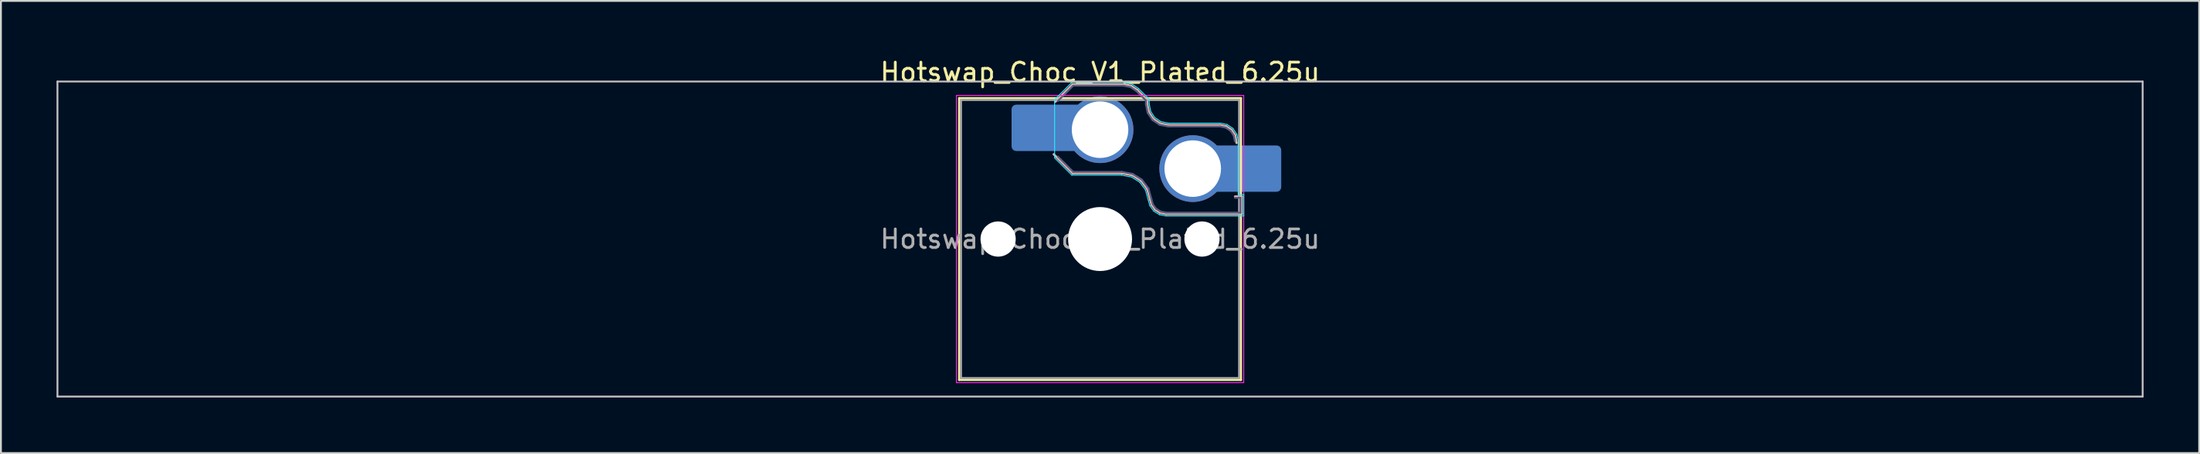
<source format=kicad_pcb>
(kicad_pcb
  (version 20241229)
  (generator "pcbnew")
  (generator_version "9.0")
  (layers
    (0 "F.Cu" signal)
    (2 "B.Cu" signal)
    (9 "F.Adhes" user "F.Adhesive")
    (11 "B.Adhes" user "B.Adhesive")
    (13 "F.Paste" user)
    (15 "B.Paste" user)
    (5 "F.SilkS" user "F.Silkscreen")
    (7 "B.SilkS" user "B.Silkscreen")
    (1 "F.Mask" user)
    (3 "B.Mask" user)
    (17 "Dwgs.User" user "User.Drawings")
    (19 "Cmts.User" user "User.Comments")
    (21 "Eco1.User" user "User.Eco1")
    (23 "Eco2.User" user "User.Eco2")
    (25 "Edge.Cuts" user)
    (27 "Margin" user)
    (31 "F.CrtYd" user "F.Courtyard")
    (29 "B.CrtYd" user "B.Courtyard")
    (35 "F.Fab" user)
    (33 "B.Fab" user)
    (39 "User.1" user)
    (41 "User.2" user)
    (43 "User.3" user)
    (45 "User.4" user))
  (footprint "Hotswap_Choc_V1_Plated_6.25u"
    (layer "F.Cu")
    (at 56.3 9.848)
    (property "Reference" "Hotswap_Choc_V1_Plated_6.25u" (at 0 -9 0) (layer "F.SilkS") (effects (font (size 1 1) (thickness 0.15))))
    (attr smd allow_soldermask_bridges)
    (fp_line (start -7.6 -7.6) (end -7.6 7.6) (stroke (width 0.12) (type solid)) (layer "F.SilkS"))
    (fp_line (start -7.6 7.6) (end 7.6 7.6) (stroke (width 0.12) (type solid)) (layer "F.SilkS"))
    (fp_line (start 7.6 -7.6) (end -7.6 -7.6) (stroke (width 0.12) (type solid)) (layer "F.SilkS"))
    (fp_line (start 7.6 7.6) (end 7.6 -7.6) (stroke (width 0.12) (type solid)) (layer "F.SilkS"))
    (fp_line (start -2.416 -7.409) (end -1.479 -8.346) (stroke (width 0.12) (type solid)) (layer "B.SilkS"))
    (fp_line (start -1.479 -8.346) (end 1.268 -8.346) (stroke (width 0.12) (type solid)) (layer "B.SilkS"))
    (fp_line (start -1.479 -3.554) (end -2.5 -4.575) (stroke (width 0.12) (type solid)) (layer "B.SilkS"))
    (fp_line (start 1.168 -3.554) (end -1.479 -3.554) (stroke (width 0.12) (type solid)) (layer "B.SilkS"))
    (fp_line (start 1.268 -8.346) (end 1.671 -8.266) (stroke (width 0.12) (type solid)) (layer "B.SilkS"))
    (fp_line (start 1.671 -8.266) (end 2.013 -8.037) (stroke (width 0.12) (type solid)) (layer "B.SilkS"))
    (fp_line (start 1.73 -3.449) (end 1.168 -3.554) (stroke (width 0.12) (type solid)) (layer "B.SilkS"))
    (fp_line (start 2.013 -8.037) (end 2.546 -7.504) (stroke (width 0.12) (type solid)) (layer "B.SilkS"))
    (fp_line (start 2.209 -3.15) (end 1.73 -3.449) (stroke (width 0.12) (type solid)) (layer "B.SilkS"))
    (fp_line (start 2.546 -7.504) (end 2.546 -7.282) (stroke (width 0.12) (type solid)) (layer "B.SilkS"))
    (fp_line (start 2.546 -7.282) (end 2.633 -6.844) (stroke (width 0.12) (type solid)) (layer "B.SilkS"))
    (fp_line (start 2.547 -2.697) (end 2.209 -3.15) (stroke (width 0.12) (type solid)) (layer "B.SilkS"))
    (fp_line (start 2.633 -6.844) (end 2.877 -6.477) (stroke (width 0.12) (type solid)) (layer "B.SilkS"))
    (fp_line (start 2.701 -2.139) (end 2.547 -2.697) (stroke (width 0.12) (type solid)) (layer "B.SilkS"))
    (fp_line (start 2.783 -1.841) (end 2.701 -2.139) (stroke (width 0.12) (type solid)) (layer "B.SilkS"))
    (fp_line (start 2.877 -6.477) (end 3.244 -6.233) (stroke (width 0.12) (type solid)) (layer "B.SilkS"))
    (fp_line (start 2.976 -1.583) (end 2.783 -1.841) (stroke (width 0.12) (type solid)) (layer "B.SilkS"))
    (fp_line (start 3.244 -6.233) (end 3.682 -6.146) (stroke (width 0.12) (type solid)) (layer "B.SilkS"))
    (fp_line (start 3.25 -1.413) (end 2.976 -1.583) (stroke (width 0.12) (type solid)) (layer "B.SilkS"))
    (fp_line (start 3.56 -1.354) (end 3.25 -1.413) (stroke (width 0.12) (type solid)) (layer "B.SilkS"))
    (fp_line (start 3.682 -6.146) (end 6.482 -6.146) (stroke (width 0.12) (type solid)) (layer "B.SilkS"))
    (fp_line (start 6.482 -6.146) (end 6.809 -6.081) (stroke (width 0.12) (type solid)) (layer "B.SilkS"))
    (fp_line (start 6.809 -6.081) (end 7.092 -5.892) (stroke (width 0.12) (type solid)) (layer "B.SilkS"))
    (fp_line (start 7.092 -5.892) (end 7.281 -5.609) (stroke (width 0.12) (type solid)) (layer "B.SilkS"))
    (fp_line (start 7.281 -5.609) (end 7.366 -5.182) (stroke (width 0.12) (type solid)) (layer "B.SilkS"))
    (fp_line (start 7.283 -2.296) (end 7.646 -2.296) (stroke (width 0.12) (type solid)) (layer "B.SilkS"))
    (fp_line (start 7.646 -2.296) (end 7.646 -1.354) (stroke (width 0.12) (type solid)) (layer "B.SilkS"))
    (fp_line (start 7.646 -1.354) (end 3.56 -1.354) (stroke (width 0.12) (type solid)) (layer "B.SilkS"))
    (fp_line (start -56.25 -8.5) (end -56.25 8.5) (stroke (width 0.1) (type solid)) (layer "Dwgs.User"))
    (fp_line (start -56.25 8.5) (end 56.25 8.5) (stroke (width 0.1) (type solid)) (layer "Dwgs.User"))
    (fp_line (start 56.25 -8.5) (end -56.25 -8.5) (stroke (width 0.1) (type solid)) (layer "Dwgs.User"))
    (fp_line (start 56.25 8.5) (end 56.25 -8.5) (stroke (width 0.1) (type solid)) (layer "Dwgs.User"))
    (fp_line (start -7.25 -7.25) (end -7.25 7.25) (stroke (width 0.1) (type solid)) (layer "Eco1.User"))
    (fp_line (start -7.25 7.25) (end 7.25 7.25) (stroke (width 0.1) (type solid)) (layer "Eco1.User"))
    (fp_line (start 7.25 -7.25) (end -7.25 -7.25) (stroke (width 0.1) (type solid)) (layer "Eco1.User"))
    (fp_line (start 7.25 7.25) (end 7.25 -7.25) (stroke (width 0.1) (type solid)) (layer "Eco1.User"))
    (fp_line (start -2.452 -7.523) (end -1.523 -8.452) (stroke (width 0.05) (type solid)) (layer "B.CrtYd"))
    (fp_line (start -2.452 -4.377) (end -2.452 -7.523) (stroke (width 0.05) (type solid)) (layer "B.CrtYd"))
    (fp_line (start -1.523 -8.452) (end 1.278 -8.452) (stroke (width 0.05) (type solid)) (layer "B.CrtYd"))
    (fp_line (start -1.523 -3.448) (end -2.452 -4.377) (stroke (width 0.05) (type solid)) (layer "B.CrtYd"))
    (fp_line (start 1.159 -3.448) (end -1.523 -3.448) (stroke (width 0.05) (type solid)) (layer "B.CrtYd"))
    (fp_line (start 1.278 -8.452) (end 1.712 -8.366) (stroke (width 0.05) (type solid)) (layer "B.CrtYd"))
    (fp_line (start 1.691 -3.348) (end 1.159 -3.448) (stroke (width 0.05) (type solid)) (layer "B.CrtYd"))
    (fp_line (start 1.712 -8.366) (end 2.081 -8.119) (stroke (width 0.05) (type solid)) (layer "B.CrtYd"))
    (fp_line (start 2.081 -8.119) (end 2.652 -7.548) (stroke (width 0.05) (type solid)) (layer "B.CrtYd"))
    (fp_line (start 2.136 -3.071) (end 1.691 -3.348) (stroke (width 0.05) (type solid)) (layer "B.CrtYd"))
    (fp_line (start 2.45 -2.65) (end 2.136 -3.071) (stroke (width 0.05) (type solid)) (layer "B.CrtYd"))
    (fp_line (start 2.599 -2.111) (end 2.45 -2.65) (stroke (width 0.05) (type solid)) (layer "B.CrtYd"))
    (fp_line (start 2.652 -7.548) (end 2.652 -7.292) (stroke (width 0.05) (type solid)) (layer "B.CrtYd"))
    (fp_line (start 2.652 -7.292) (end 2.733 -6.885) (stroke (width 0.05) (type solid)) (layer "B.CrtYd"))
    (fp_line (start 2.687 -1.794) (end 2.599 -2.111) (stroke (width 0.05) (type solid)) (layer "B.CrtYd"))
    (fp_line (start 2.733 -6.885) (end 2.953 -6.553) (stroke (width 0.05) (type solid)) (layer "B.CrtYd"))
    (fp_line (start 2.903 -1.503) (end 2.687 -1.794) (stroke (width 0.05) (type solid)) (layer "B.CrtYd"))
    (fp_line (start 2.953 -6.553) (end 3.285 -6.333) (stroke (width 0.05) (type solid)) (layer "B.CrtYd"))
    (fp_line (start 3.211 -1.312) (end 2.903 -1.503) (stroke (width 0.05) (type solid)) (layer "B.CrtYd"))
    (fp_line (start 3.285 -6.333) (end 3.692 -6.252) (stroke (width 0.05) (type solid)) (layer "B.CrtYd"))
    (fp_line (start 3.55 -1.248) (end 3.211 -1.312) (stroke (width 0.05) (type solid)) (layer "B.CrtYd"))
    (fp_line (start 3.692 -6.252) (end 6.492 -6.252) (stroke (width 0.05) (type solid)) (layer "B.CrtYd"))
    (fp_line (start 6.492 -6.252) (end 6.85 -6.181) (stroke (width 0.05) (type solid)) (layer "B.CrtYd"))
    (fp_line (start 6.85 -6.181) (end 7.168 -5.968) (stroke (width 0.05) (type solid)) (layer "B.CrtYd"))
    (fp_line (start 7.168 -5.968) (end 7.381 -5.65) (stroke (width 0.05) (type solid)) (layer "B.CrtYd"))
    (fp_line (start 7.381 -5.65) (end 7.452 -5.292) (stroke (width 0.05) (type solid)) (layer "B.CrtYd"))
    (fp_line (start 7.452 -5.292) (end 7.452 -2.402) (stroke (width 0.05) (type solid)) (layer "B.CrtYd"))
    (fp_line (start 7.452 -2.402) (end 7.752 -2.402) (stroke (width 0.05) (type solid)) (layer "B.CrtYd"))
    (fp_line (start 7.752 -2.402) (end 7.752 -1.248) (stroke (width 0.05) (type solid)) (layer "B.CrtYd"))
    (fp_line (start 7.752 -1.248) (end 3.55 -1.248) (stroke (width 0.05) (type solid)) (layer "B.CrtYd"))
    (fp_line (start -7.75 -7.75) (end -7.75 7.75) (stroke (width 0.05) (type solid)) (layer "F.CrtYd"))
    (fp_line (start -7.75 7.75) (end 7.75 7.75) (stroke (width 0.05) (type solid)) (layer "F.CrtYd"))
    (fp_line (start 7.75 -7.75) (end -7.75 -7.75) (stroke (width 0.05) (type solid)) (layer "F.CrtYd"))
    (fp_line (start 7.75 7.75) (end 7.75 -7.75) (stroke (width 0.05) (type solid)) (layer "F.CrtYd"))
    (fp_line (start -2.275 -7.45) (end -1.45 -8.275) (stroke (width 0.1) (type solid)) (layer "B.Fab"))
    (fp_line (start -1.45 -8.275) (end 1.261 -8.275) (stroke (width 0.1) (type solid)) (layer "B.Fab"))
    (fp_line (start -1.45 -3.625) (end -2.275 -4.45) (stroke (width 0.1) (type solid)) (layer "B.Fab"))
    (fp_line (start 1.175 -3.625) (end -1.45 -3.625) (stroke (width 0.1) (type solid)) (layer "B.Fab"))
    (fp_line (start 1.261 -8.275) (end 1.643 -8.199) (stroke (width 0.1) (type solid)) (layer "B.Fab"))
    (fp_line (start 1.643 -8.199) (end 1.968 -7.982) (stroke (width 0.1) (type solid)) (layer "B.Fab"))
    (fp_line (start 1.756 -3.516) (end 1.175 -3.625) (stroke (width 0.1) (type solid)) (layer "B.Fab"))
    (fp_line (start 1.968 -7.982) (end 2.475 -7.475) (stroke (width 0.1) (type solid)) (layer "B.Fab"))
    (fp_line (start 2.258 -3.203) (end 1.756 -3.516) (stroke (width 0.1) (type solid)) (layer "B.Fab"))
    (fp_line (start 2.475 -7.475) (end 2.475 -7.275) (stroke (width 0.1) (type solid)) (layer "B.Fab"))
    (fp_line (start 2.475 -7.275) (end 2.566 -6.816) (stroke (width 0.1) (type solid)) (layer "B.Fab"))
    (fp_line (start 2.566 -6.816) (end 2.826 -6.426) (stroke (width 0.1) (type solid)) (layer "B.Fab"))
    (fp_line (start 2.612 -2.729) (end 2.258 -3.203) (stroke (width 0.1) (type solid)) (layer "B.Fab"))
    (fp_line (start 2.769 -2.158) (end 2.612 -2.729) (stroke (width 0.1) (type solid)) (layer "B.Fab"))
    (fp_line (start 2.826 -6.426) (end 3.216 -6.166) (stroke (width 0.1) (type solid)) (layer "B.Fab"))
    (fp_line (start 2.848 -1.873) (end 2.769 -2.158) (stroke (width 0.1) (type solid)) (layer "B.Fab"))
    (fp_line (start 3.025 -1.636) (end 2.848 -1.873) (stroke (width 0.1) (type solid)) (layer "B.Fab"))
    (fp_line (start 3.216 -6.166) (end 3.675 -6.075) (stroke (width 0.1) (type solid)) (layer "B.Fab"))
    (fp_line (start 3.276 -1.48) (end 3.025 -1.636) (stroke (width 0.1) (type solid)) (layer "B.Fab"))
    (fp_line (start 3.567 -1.425) (end 3.276 -1.48) (stroke (width 0.1) (type solid)) (layer "B.Fab"))
    (fp_line (start 3.675 -6.075) (end 6.475 -6.075) (stroke (width 0.1) (type solid)) (layer "B.Fab"))
    (fp_line (start 6.475 -6.075) (end 6.781 -6.014) (stroke (width 0.1) (type solid)) (layer "B.Fab"))
    (fp_line (start 6.781 -6.014) (end 7.041 -5.841) (stroke (width 0.1) (type solid)) (layer "B.Fab"))
    (fp_line (start 7.041 -5.841) (end 7.214 -5.581) (stroke (width 0.1) (type solid)) (layer "B.Fab"))
    (fp_line (start 7.214 -5.581) (end 7.275 -5.275) (stroke (width 0.1) (type solid)) (layer "B.Fab"))
    (fp_line (start 7.275 -2.225) (end 7.575 -2.225) (stroke (width 0.1) (type solid)) (layer "B.Fab"))
    (fp_line (start 7.575 -2.225) (end 7.575 -1.425) (stroke (width 0.1) (type solid)) (layer "B.Fab"))
    (fp_line (start 7.575 -1.425) (end 3.567 -1.425) (stroke (width 0.1) (type solid)) (layer "B.Fab"))
    (fp_line (start -7.5 -7.5) (end -7.5 7.5) (stroke (width 0.1) (type solid)) (layer "F.Fab"))
    (fp_line (start -7.5 7.5) (end 7.5 7.5) (stroke (width 0.1) (type solid)) (layer "F.Fab"))
    (fp_line (start 7.5 -7.5) (end -7.5 -7.5) (stroke (width 0.1) (type solid)) (layer "F.Fab"))
    (fp_line (start 7.5 7.5) (end 7.5 -7.5) (stroke (width 0.1) (type solid)) (layer "F.Fab"))
    (fp_text user "${REFERENCE}" (at 0 0 0) (layer "F.Fab") (effects (font (size 1 1) (thickness 0.15))))
    (pad "" np_thru_hole circle (at -5.5 0) (size 1.9 1.9) (drill 1.9) (layers "*.Cu" "*.Mask"))
    (pad "" smd roundrect (at -3.5 -6) (size 2.55 2.5) (layers "B.Mask" "B.Paste") (roundrect_rratio 0.1))
    (pad "" np_thru_hole circle (at 0 0) (size 3.45 3.45) (drill 3.45) (layers "*.Cu" "*.Mask"))
    (pad "" np_thru_hole circle (at 5.5 0) (size 1.9 1.9) (drill 1.9) (layers "*.Cu" "*.Mask"))
    (pad "" smd roundrect (at 8.5 -3.8) (size 2.55 2.5) (layers "B.Mask" "B.Paste") (roundrect_rratio 0.1))
    (pad "1" smd roundrect (at -2.85 -6) (size 3.85 2.5) (layers "B.Cu") (roundrect_rratio 0.1))
    (pad "1" thru_hole circle (at 0 -5.9) (size 3.6 3.6) (drill 3.05) (layers "*.Cu" "*.Mask"))
    (pad "2" thru_hole circle (at 5 -3.8) (size 3.6 3.6) (drill 3.05) (layers "*.Cu" "*.Mask"))
    (pad "2" smd roundrect (at 7.85 -3.8) (size 3.85 2.5) (layers "B.Cu") (roundrect_rratio 0.1)))
  (gr_rect
    (start -3 -3)
    (end 115.6 21.398)
    (stroke (width 0.1) (type default))
    (fill no)
    (layer "Edge.Cuts")))
</source>
